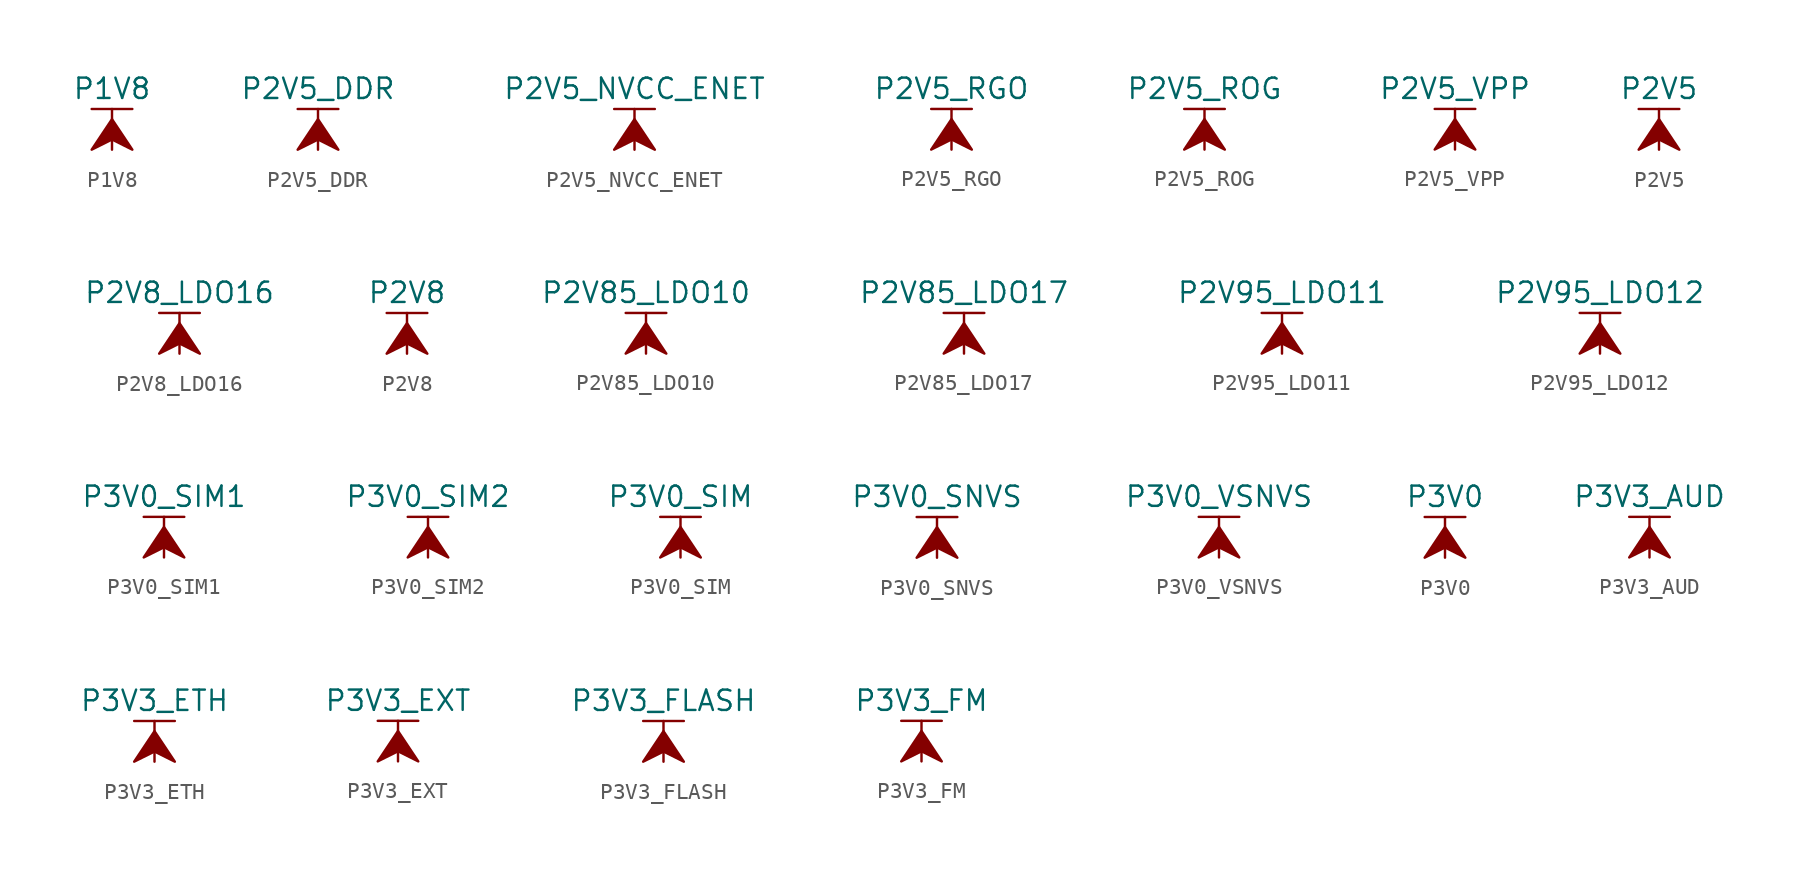
<source format=kicad_sym>
(kicad_symbol_lib
  (version 20211014)
  (generator kicad_symbol_editor)
  (symbol "P1V8"
    (power)
    (pin_names
      (offset 0))
    (property "Reference" "#PWR"
      (at 0 -3.81 0)
      (effects (font (size 1.27 1.27)) hide))
    (property "Value" "P1V8"
      (at 0 3.81 0)
      (effects (font (size 1.27 1.27))))
    (symbol "P1V8_0_1"
      (polyline (pts (xy -1.27 2.54) (xy 1.27 2.54)) (stroke (width 0.152) (type default) (color 0 0 0 0)) (fill (type none)))
      (polyline (pts (xy 0 0) (xy 0 2.54)) (stroke (width 0.152) (type default) (color 0 0 0 0)) (fill (type none)))
      (polyline (pts (xy 0 1.905) (xy -1.27 0) (xy 0 0.635) (xy 1.27 0) (xy 0 1.905)) (stroke (width 0.152) (type default) (color 0 0 0 0)) (fill (type outline))))
    (symbol "P1V8_1_1"
      (pin power_in line (at 0 0 90) (length 0) hide (name "P1V8" (effects (font (size 1.27 1.27)))) (number "1" (effects (font (size 1.27 1.27)))))))
  (symbol "P2V5_DDR"
    (power)
    (pin_names
      (offset 0))
    (property "Reference" "#PWR"
      (at 0 -3.81 0)
      (effects (font (size 1.27 1.27)) hide))
    (property "Value" "P2V5_DDR"
      (at 0 3.81 0)
      (effects (font (size 1.27 1.27))))
    (symbol "P2V5_DDR_0_1"
      (polyline (pts (xy -1.27 2.54) (xy 1.27 2.54)) (stroke (width 0.152) (type default) (color 0 0 0 0)) (fill (type none)))
      (polyline (pts (xy 0 0) (xy 0 2.54)) (stroke (width 0.152) (type default) (color 0 0 0 0)) (fill (type none)))
      (polyline (pts (xy 0 1.905) (xy -1.27 0) (xy 0 0.635) (xy 1.27 0) (xy 0 1.905)) (stroke (width 0.152) (type default) (color 0 0 0 0)) (fill (type outline))))
    (symbol "P2V5_DDR_1_1"
      (pin power_in line (at 0 0 90) (length 0) hide (name "P2V5_DDR" (effects (font (size 1.27 1.27)))) (number "1" (effects (font (size 1.27 1.27)))))))
  (symbol "P2V5_NVCC_ENET"
    (power)
    (pin_names
      (offset 0))
    (property "Reference" "#PWR"
      (at 0 -3.81 0)
      (effects (font (size 1.27 1.27)) hide))
    (property "Value" "P2V5_NVCC_ENET"
      (at 0 3.81 0)
      (effects (font (size 1.27 1.27))))
    (symbol "P2V5_NVCC_ENET_0_1"
      (polyline (pts (xy -1.27 2.54) (xy 1.27 2.54)) (stroke (width 0.152) (type default) (color 0 0 0 0)) (fill (type none)))
      (polyline (pts (xy 0 0) (xy 0 2.54)) (stroke (width 0.152) (type default) (color 0 0 0 0)) (fill (type none)))
      (polyline (pts (xy 0 1.905) (xy -1.27 0) (xy 0 0.635) (xy 1.27 0) (xy 0 1.905)) (stroke (width 0.152) (type default) (color 0 0 0 0)) (fill (type outline))))
    (symbol "P2V5_NVCC_ENET_1_1"
      (pin power_in line (at 0 0 90) (length 0) hide (name "P2V5_NVCC_ENET" (effects (font (size 1.27 1.27)))) (number "1" (effects (font (size 1.27 1.27)))))))
  (symbol "P2V5_RGO"
    (power)
    (pin_names
      (offset 0))
    (property "Reference" "#PWR"
      (at 0 -3.81 0)
      (effects (font (size 1.27 1.27)) hide))
    (property "Value" "P2V5_RGO"
      (at 0 3.81 0)
      (effects (font (size 1.27 1.27))))
    (symbol "P2V5_RGO_0_1"
      (polyline (pts (xy -1.27 2.54) (xy 1.27 2.54)) (stroke (width 0.152) (type default) (color 0 0 0 0)) (fill (type none)))
      (polyline (pts (xy 0 0) (xy 0 2.54)) (stroke (width 0.152) (type default) (color 0 0 0 0)) (fill (type none)))
      (polyline (pts (xy 0 1.905) (xy -1.27 0) (xy 0 0.635) (xy 1.27 0) (xy 0 1.905)) (stroke (width 0.152) (type default) (color 0 0 0 0)) (fill (type outline))))
    (symbol "P2V5_RGO_1_1"
      (pin power_in line (at 0 0 90) (length 0) hide (name "P2V5_RGO" (effects (font (size 1.27 1.27)))) (number "1" (effects (font (size 1.27 1.27)))))))
  (symbol "P2V5_ROG"
    (power)
    (pin_names
      (offset 0))
    (property "Reference" "#PWR"
      (at 0 -3.81 0)
      (effects (font (size 1.27 1.27)) hide))
    (property "Value" "P2V5_ROG"
      (at 0 3.81 0)
      (effects (font (size 1.27 1.27))))
    (symbol "P2V5_ROG_0_1"
      (polyline (pts (xy -1.27 2.54) (xy 1.27 2.54)) (stroke (width 0.152) (type default) (color 0 0 0 0)) (fill (type none)))
      (polyline (pts (xy 0 0) (xy 0 2.54)) (stroke (width 0.152) (type default) (color 0 0 0 0)) (fill (type none)))
      (polyline (pts (xy 0 1.905) (xy -1.27 0) (xy 0 0.635) (xy 1.27 0) (xy 0 1.905)) (stroke (width 0.152) (type default) (color 0 0 0 0)) (fill (type outline))))
    (symbol "P2V5_ROG_1_1"
      (pin power_in line (at 0 0 90) (length 0) hide (name "P2V5_ROG" (effects (font (size 1.27 1.27)))) (number "1" (effects (font (size 1.27 1.27)))))))
  (symbol "P2V5_VPP"
    (power)
    (pin_names
      (offset 0))
    (property "Reference" "#PWR"
      (at 0 -3.81 0)
      (effects (font (size 1.27 1.27)) hide))
    (property "Value" "P2V5_VPP"
      (at 0 3.81 0)
      (effects (font (size 1.27 1.27))))
    (symbol "P2V5_VPP_0_1"
      (polyline (pts (xy -1.27 2.54) (xy 1.27 2.54)) (stroke (width 0.152) (type default) (color 0 0 0 0)) (fill (type none)))
      (polyline (pts (xy 0 0) (xy 0 2.54)) (stroke (width 0.152) (type default) (color 0 0 0 0)) (fill (type none)))
      (polyline (pts (xy 0 1.905) (xy -1.27 0) (xy 0 0.635) (xy 1.27 0) (xy 0 1.905)) (stroke (width 0.152) (type default) (color 0 0 0 0)) (fill (type outline))))
    (symbol "P2V5_VPP_1_1"
      (pin power_in line (at 0 0 90) (length 0) hide (name "P2V5_VPP" (effects (font (size 1.27 1.27)))) (number "1" (effects (font (size 1.27 1.27)))))))
  (symbol "P2V5"
    (power)
    (pin_names
      (offset 0))
    (property "Reference" "#PWR"
      (at 0 -3.81 0)
      (effects (font (size 1.27 1.27)) hide))
    (property "Value" "P2V5"
      (at 0 3.81 0)
      (effects (font (size 1.27 1.27))))
    (symbol "P2V5_0_1"
      (polyline (pts (xy -1.27 2.54) (xy 1.27 2.54)) (stroke (width 0.152) (type default) (color 0 0 0 0)) (fill (type none)))
      (polyline (pts (xy 0 0) (xy 0 2.54)) (stroke (width 0.152) (type default) (color 0 0 0 0)) (fill (type none)))
      (polyline (pts (xy 0 1.905) (xy -1.27 0) (xy 0 0.635) (xy 1.27 0) (xy 0 1.905)) (stroke (width 0.152) (type default) (color 0 0 0 0)) (fill (type outline))))
    (symbol "P2V5_1_1"
      (pin power_in line (at 0 0 90) (length 0) hide (name "P2V5" (effects (font (size 1.27 1.27)))) (number "1" (effects (font (size 1.27 1.27)))))))
  (symbol "P2V8_LDO16"
    (power)
    (pin_names
      (offset 0))
    (property "Reference" "#PWR"
      (at 0 -3.81 0)
      (effects (font (size 1.27 1.27)) hide))
    (property "Value" "P2V8_LDO16"
      (at 0 3.81 0)
      (effects (font (size 1.27 1.27))))
    (symbol "P2V8_LDO16_0_1"
      (polyline (pts (xy -1.27 2.54) (xy 1.27 2.54)) (stroke (width 0.152) (type default) (color 0 0 0 0)) (fill (type none)))
      (polyline (pts (xy 0 0) (xy 0 2.54)) (stroke (width 0.152) (type default) (color 0 0 0 0)) (fill (type none)))
      (polyline (pts (xy 0 1.905) (xy -1.27 0) (xy 0 0.635) (xy 1.27 0) (xy 0 1.905)) (stroke (width 0.152) (type default) (color 0 0 0 0)) (fill (type outline))))
    (symbol "P2V8_LDO16_1_1"
      (pin power_in line (at 0 0 90) (length 0) hide (name "P2V8_LDO16" (effects (font (size 1.27 1.27)))) (number "1" (effects (font (size 1.27 1.27)))))))
  (symbol "P2V8"
    (power)
    (pin_names
      (offset 0))
    (property "Reference" "#PWR"
      (at 0 -3.81 0)
      (effects (font (size 1.27 1.27)) hide))
    (property "Value" "P2V8"
      (at 0 3.81 0)
      (effects (font (size 1.27 1.27))))
    (symbol "P2V8_0_1"
      (polyline (pts (xy -1.27 2.54) (xy 1.27 2.54)) (stroke (width 0.152) (type default) (color 0 0 0 0)) (fill (type none)))
      (polyline (pts (xy 0 0) (xy 0 2.54)) (stroke (width 0.152) (type default) (color 0 0 0 0)) (fill (type none)))
      (polyline (pts (xy 0 1.905) (xy -1.27 0) (xy 0 0.635) (xy 1.27 0) (xy 0 1.905)) (stroke (width 0.152) (type default) (color 0 0 0 0)) (fill (type outline))))
    (symbol "P2V8_1_1"
      (pin power_in line (at 0 0 90) (length 0) hide (name "P2V8" (effects (font (size 1.27 1.27)))) (number "1" (effects (font (size 1.27 1.27)))))))
  (symbol "P2V85_LDO10"
    (power)
    (pin_names
      (offset 0))
    (property "Reference" "#PWR"
      (at 0 -3.81 0)
      (effects (font (size 1.27 1.27)) hide))
    (property "Value" "P2V85_LDO10"
      (at 0 3.81 0)
      (effects (font (size 1.27 1.27))))
    (symbol "P2V85_LDO10_0_1"
      (polyline (pts (xy -1.27 2.54) (xy 1.27 2.54)) (stroke (width 0.152) (type default) (color 0 0 0 0)) (fill (type none)))
      (polyline (pts (xy 0 0) (xy 0 2.54)) (stroke (width 0.152) (type default) (color 0 0 0 0)) (fill (type none)))
      (polyline (pts (xy 0 1.905) (xy -1.27 0) (xy 0 0.635) (xy 1.27 0) (xy 0 1.905)) (stroke (width 0.152) (type default) (color 0 0 0 0)) (fill (type outline))))
    (symbol "P2V85_LDO10_1_1"
      (pin power_in line (at 0 0 90) (length 0) hide (name "P2V85_LDO10" (effects (font (size 1.27 1.27)))) (number "1" (effects (font (size 1.27 1.27)))))))
  (symbol "P2V85_LDO17"
    (power)
    (pin_names
      (offset 0))
    (property "Reference" "#PWR"
      (at 0 -3.81 0)
      (effects (font (size 1.27 1.27)) hide))
    (property "Value" "P2V85_LDO17"
      (at 0 3.81 0)
      (effects (font (size 1.27 1.27))))
    (symbol "P2V85_LDO17_0_1"
      (polyline (pts (xy -1.27 2.54) (xy 1.27 2.54)) (stroke (width 0.152) (type default) (color 0 0 0 0)) (fill (type none)))
      (polyline (pts (xy 0 0) (xy 0 2.54)) (stroke (width 0.152) (type default) (color 0 0 0 0)) (fill (type none)))
      (polyline (pts (xy 0 1.905) (xy -1.27 0) (xy 0 0.635) (xy 1.27 0) (xy 0 1.905)) (stroke (width 0.152) (type default) (color 0 0 0 0)) (fill (type outline))))
    (symbol "P2V85_LDO17_1_1"
      (pin power_in line (at 0 0 90) (length 0) hide (name "P2V85_LDO17" (effects (font (size 1.27 1.27)))) (number "1" (effects (font (size 1.27 1.27)))))))
  (symbol "P2V95_LDO11"
    (power)
    (pin_names
      (offset 0))
    (property "Reference" "#PWR"
      (at 0 -3.81 0)
      (effects (font (size 1.27 1.27)) hide))
    (property "Value" "P2V95_LDO11"
      (at 0 3.81 0)
      (effects (font (size 1.27 1.27))))
    (symbol "P2V95_LDO11_0_1"
      (polyline (pts (xy -1.27 2.54) (xy 1.27 2.54)) (stroke (width 0.152) (type default) (color 0 0 0 0)) (fill (type none)))
      (polyline (pts (xy 0 0) (xy 0 2.54)) (stroke (width 0.152) (type default) (color 0 0 0 0)) (fill (type none)))
      (polyline (pts (xy 0 1.905) (xy -1.27 0) (xy 0 0.635) (xy 1.27 0) (xy 0 1.905)) (stroke (width 0.152) (type default) (color 0 0 0 0)) (fill (type outline))))
    (symbol "P2V95_LDO11_1_1"
      (pin power_in line (at 0 0 90) (length 0) hide (name "P2V95_LDO11" (effects (font (size 1.27 1.27)))) (number "1" (effects (font (size 1.27 1.27)))))))
  (symbol "P2V95_LDO12"
    (power)
    (pin_names
      (offset 0))
    (property "Reference" "#PWR"
      (at 0 -3.81 0)
      (effects (font (size 1.27 1.27)) hide))
    (property "Value" "P2V95_LDO12"
      (at 0 3.81 0)
      (effects (font (size 1.27 1.27))))
    (symbol "P2V95_LDO12_0_1"
      (polyline (pts (xy -1.27 2.54) (xy 1.27 2.54)) (stroke (width 0.152) (type default) (color 0 0 0 0)) (fill (type none)))
      (polyline (pts (xy 0 0) (xy 0 2.54)) (stroke (width 0.152) (type default) (color 0 0 0 0)) (fill (type none)))
      (polyline (pts (xy 0 1.905) (xy -1.27 0) (xy 0 0.635) (xy 1.27 0) (xy 0 1.905)) (stroke (width 0.152) (type default) (color 0 0 0 0)) (fill (type outline))))
    (symbol "P2V95_LDO12_1_1"
      (pin power_in line (at 0 0 90) (length 0) hide (name "P2V95_LDO12" (effects (font (size 1.27 1.27)))) (number "1" (effects (font (size 1.27 1.27)))))))
  (symbol "P3V0_SIM1"
    (power)
    (pin_names
      (offset 0))
    (property "Reference" "#PWR"
      (at 0 -3.81 0)
      (effects (font (size 1.27 1.27)) hide))
    (property "Value" "P3V0_SIM1"
      (at 0 3.81 0)
      (effects (font (size 1.27 1.27))))
    (symbol "P3V0_SIM1_0_1"
      (polyline (pts (xy -1.27 2.54) (xy 1.27 2.54)) (stroke (width 0.152) (type default) (color 0 0 0 0)) (fill (type none)))
      (polyline (pts (xy 0 0) (xy 0 2.54)) (stroke (width 0.152) (type default) (color 0 0 0 0)) (fill (type none)))
      (polyline (pts (xy 0 1.905) (xy -1.27 0) (xy 0 0.635) (xy 1.27 0) (xy 0 1.905)) (stroke (width 0.152) (type default) (color 0 0 0 0)) (fill (type outline))))
    (symbol "P3V0_SIM1_1_1"
      (pin power_in line (at 0 0 90) (length 0) hide (name "P3V0_SIM1" (effects (font (size 1.27 1.27)))) (number "1" (effects (font (size 1.27 1.27)))))))
  (symbol "P3V0_SIM2"
    (power)
    (pin_names
      (offset 0))
    (property "Reference" "#PWR"
      (at 0 -3.81 0)
      (effects (font (size 1.27 1.27)) hide))
    (property "Value" "P3V0_SIM2"
      (at 0 3.81 0)
      (effects (font (size 1.27 1.27))))
    (symbol "P3V0_SIM2_0_1"
      (polyline (pts (xy -1.27 2.54) (xy 1.27 2.54)) (stroke (width 0.152) (type default) (color 0 0 0 0)) (fill (type none)))
      (polyline (pts (xy 0 0) (xy 0 2.54)) (stroke (width 0.152) (type default) (color 0 0 0 0)) (fill (type none)))
      (polyline (pts (xy 0 1.905) (xy -1.27 0) (xy 0 0.635) (xy 1.27 0) (xy 0 1.905)) (stroke (width 0.152) (type default) (color 0 0 0 0)) (fill (type outline))))
    (symbol "P3V0_SIM2_1_1"
      (pin power_in line (at 0 0 90) (length 0) hide (name "P3V0_SIM2" (effects (font (size 1.27 1.27)))) (number "1" (effects (font (size 1.27 1.27)))))))
  (symbol "P3V0_SIM"
    (power)
    (pin_names
      (offset 0))
    (property "Reference" "#PWR"
      (at 0 -3.81 0)
      (effects (font (size 1.27 1.27)) hide))
    (property "Value" "P3V0_SIM"
      (at 0 3.81 0)
      (effects (font (size 1.27 1.27))))
    (symbol "P3V0_SIM_0_1"
      (polyline (pts (xy -1.27 2.54) (xy 1.27 2.54)) (stroke (width 0.152) (type default) (color 0 0 0 0)) (fill (type none)))
      (polyline (pts (xy 0 0) (xy 0 2.54)) (stroke (width 0.152) (type default) (color 0 0 0 0)) (fill (type none)))
      (polyline (pts (xy 0 1.905) (xy -1.27 0) (xy 0 0.635) (xy 1.27 0) (xy 0 1.905)) (stroke (width 0.152) (type default) (color 0 0 0 0)) (fill (type outline))))
    (symbol "P3V0_SIM_1_1"
      (pin power_in line (at 0 0 90) (length 0) hide (name "P3V0_SIM" (effects (font (size 1.27 1.27)))) (number "1" (effects (font (size 1.27 1.27)))))))
  (symbol "P3V0_SNVS"
    (power)
    (pin_names
      (offset 0))
    (property "Reference" "#PWR"
      (at 0 -3.81 0)
      (effects (font (size 1.27 1.27)) hide))
    (property "Value" "P3V0_SNVS"
      (at 0 3.81 0)
      (effects (font (size 1.27 1.27))))
    (symbol "P3V0_SNVS_0_1"
      (polyline (pts (xy -1.27 2.54) (xy 1.27 2.54)) (stroke (width 0.152) (type default) (color 0 0 0 0)) (fill (type none)))
      (polyline (pts (xy 0 0) (xy 0 2.54)) (stroke (width 0.152) (type default) (color 0 0 0 0)) (fill (type none)))
      (polyline (pts (xy 0 1.905) (xy -1.27 0) (xy 0 0.635) (xy 1.27 0) (xy 0 1.905)) (stroke (width 0.152) (type default) (color 0 0 0 0)) (fill (type outline))))
    (symbol "P3V0_SNVS_1_1"
      (pin power_in line (at 0 0 90) (length 0) hide (name "P3V0_SNVS" (effects (font (size 1.27 1.27)))) (number "1" (effects (font (size 1.27 1.27)))))))
  (symbol "P3V0_VSNVS"
    (power)
    (pin_names
      (offset 0))
    (property "Reference" "#PWR"
      (at 0 -3.81 0)
      (effects (font (size 1.27 1.27)) hide))
    (property "Value" "P3V0_VSNVS"
      (at 0 3.81 0)
      (effects (font (size 1.27 1.27))))
    (symbol "P3V0_VSNVS_0_1"
      (polyline (pts (xy -1.27 2.54) (xy 1.27 2.54)) (stroke (width 0.152) (type default) (color 0 0 0 0)) (fill (type none)))
      (polyline (pts (xy 0 0) (xy 0 2.54)) (stroke (width 0.152) (type default) (color 0 0 0 0)) (fill (type none)))
      (polyline (pts (xy 0 1.905) (xy -1.27 0) (xy 0 0.635) (xy 1.27 0) (xy 0 1.905)) (stroke (width 0.152) (type default) (color 0 0 0 0)) (fill (type outline))))
    (symbol "P3V0_VSNVS_1_1"
      (pin power_in line (at 0 0 90) (length 0) hide (name "P3V0_VSNVS" (effects (font (size 1.27 1.27)))) (number "1" (effects (font (size 1.27 1.27)))))))
  (symbol "P3V0"
    (power)
    (pin_names
      (offset 0))
    (property "Reference" "#PWR"
      (at 0 -3.81 0)
      (effects (font (size 1.27 1.27)) hide))
    (property "Value" "P3V0"
      (at 0 3.81 0)
      (effects (font (size 1.27 1.27))))
    (symbol "P3V0_0_1"
      (polyline (pts (xy -1.27 2.54) (xy 1.27 2.54)) (stroke (width 0.152) (type default) (color 0 0 0 0)) (fill (type none)))
      (polyline (pts (xy 0 0) (xy 0 2.54)) (stroke (width 0.152) (type default) (color 0 0 0 0)) (fill (type none)))
      (polyline (pts (xy 0 1.905) (xy -1.27 0) (xy 0 0.635) (xy 1.27 0) (xy 0 1.905)) (stroke (width 0.152) (type default) (color 0 0 0 0)) (fill (type outline))))
    (symbol "P3V0_1_1"
      (pin power_in line (at 0 0 90) (length 0) hide (name "P3V0" (effects (font (size 1.27 1.27)))) (number "1" (effects (font (size 1.27 1.27)))))))
  (symbol "P3V3_AUD"
    (power)
    (pin_names
      (offset 0))
    (property "Reference" "#PWR"
      (at 0 -3.81 0)
      (effects (font (size 1.27 1.27)) hide))
    (property "Value" "P3V3_AUD"
      (at 0 3.81 0)
      (effects (font (size 1.27 1.27))))
    (symbol "P3V3_AUD_0_1"
      (polyline (pts (xy -1.27 2.54) (xy 1.27 2.54)) (stroke (width 0.152) (type default) (color 0 0 0 0)) (fill (type none)))
      (polyline (pts (xy 0 0) (xy 0 2.54)) (stroke (width 0.152) (type default) (color 0 0 0 0)) (fill (type none)))
      (polyline (pts (xy 0 1.905) (xy -1.27 0) (xy 0 0.635) (xy 1.27 0) (xy 0 1.905)) (stroke (width 0.152) (type default) (color 0 0 0 0)) (fill (type outline))))
    (symbol "P3V3_AUD_1_1"
      (pin power_in line (at 0 0 90) (length 0) hide (name "P3V3_AUD" (effects (font (size 1.27 1.27)))) (number "1" (effects (font (size 1.27 1.27)))))))
  (symbol "P3V3_ETH"
    (power)
    (pin_names
      (offset 0))
    (property "Reference" "#PWR"
      (at 0 -3.81 0)
      (effects (font (size 1.27 1.27)) hide))
    (property "Value" "P3V3_ETH"
      (at 0 3.81 0)
      (effects (font (size 1.27 1.27))))
    (symbol "P3V3_ETH_0_1"
      (polyline (pts (xy -1.27 2.54) (xy 1.27 2.54)) (stroke (width 0.152) (type default) (color 0 0 0 0)) (fill (type none)))
      (polyline (pts (xy 0 0) (xy 0 2.54)) (stroke (width 0.152) (type default) (color 0 0 0 0)) (fill (type none)))
      (polyline (pts (xy 0 1.905) (xy -1.27 0) (xy 0 0.635) (xy 1.27 0) (xy 0 1.905)) (stroke (width 0.152) (type default) (color 0 0 0 0)) (fill (type outline))))
    (symbol "P3V3_ETH_1_1"
      (pin power_in line (at 0 0 90) (length 0) hide (name "P3V3_ETH" (effects (font (size 1.27 1.27)))) (number "1" (effects (font (size 1.27 1.27)))))))
  (symbol "P3V3_EXT"
    (power)
    (pin_names
      (offset 0))
    (property "Reference" "#PWR"
      (at 0 -3.81 0)
      (effects (font (size 1.27 1.27)) hide))
    (property "Value" "P3V3_EXT"
      (at 0 3.81 0)
      (effects (font (size 1.27 1.27))))
    (symbol "P3V3_EXT_0_1"
      (polyline (pts (xy -1.27 2.54) (xy 1.27 2.54)) (stroke (width 0.152) (type default) (color 0 0 0 0)) (fill (type none)))
      (polyline (pts (xy 0 0) (xy 0 2.54)) (stroke (width 0.152) (type default) (color 0 0 0 0)) (fill (type none)))
      (polyline (pts (xy 0 1.905) (xy -1.27 0) (xy 0 0.635) (xy 1.27 0) (xy 0 1.905)) (stroke (width 0.152) (type default) (color 0 0 0 0)) (fill (type outline))))
    (symbol "P3V3_EXT_1_1"
      (pin power_in line (at 0 0 90) (length 0) hide (name "P3V3_EXT" (effects (font (size 1.27 1.27)))) (number "1" (effects (font (size 1.27 1.27)))))))
  (symbol "P3V3_FLASH"
    (power)
    (pin_names
      (offset 0))
    (property "Reference" "#PWR"
      (at 0 -3.81 0)
      (effects (font (size 1.27 1.27)) hide))
    (property "Value" "P3V3_FLASH"
      (at 0 3.81 0)
      (effects (font (size 1.27 1.27))))
    (symbol "P3V3_FLASH_0_1"
      (polyline (pts (xy -1.27 2.54) (xy 1.27 2.54)) (stroke (width 0.152) (type default) (color 0 0 0 0)) (fill (type none)))
      (polyline (pts (xy 0 0) (xy 0 2.54)) (stroke (width 0.152) (type default) (color 0 0 0 0)) (fill (type none)))
      (polyline (pts (xy 0 1.905) (xy -1.27 0) (xy 0 0.635) (xy 1.27 0) (xy 0 1.905)) (stroke (width 0.152) (type default) (color 0 0 0 0)) (fill (type outline))))
    (symbol "P3V3_FLASH_1_1"
      (pin power_in line (at 0 0 90) (length 0) hide (name "P3V3_FLASH" (effects (font (size 1.27 1.27)))) (number "1" (effects (font (size 1.27 1.27)))))))
  (symbol "P3V3_FM"
    (power)
    (pin_names
      (offset 0))
    (property "Reference" "#PWR"
      (at 0 -3.81 0)
      (effects (font (size 1.27 1.27)) hide))
    (property "Value" "P3V3_FM"
      (at 0 3.81 0)
      (effects (font (size 1.27 1.27))))
    (symbol "P3V3_FM_0_1"
      (polyline (pts (xy -1.27 2.54) (xy 1.27 2.54)) (stroke (width 0.152) (type default) (color 0 0 0 0)) (fill (type none)))
      (polyline (pts (xy 0 0) (xy 0 2.54)) (stroke (width 0.152) (type default) (color 0 0 0 0)) (fill (type none)))
      (polyline (pts (xy 0 1.905) (xy -1.27 0) (xy 0 0.635) (xy 1.27 0) (xy 0 1.905)) (stroke (width 0.152) (type default) (color 0 0 0 0)) (fill (type outline))))
    (symbol "P3V3_FM_1_1"
      (pin power_in line (at 0 0 90) (length 0) hide (name "P3V3_FM" (effects (font (size 1.27 1.27)))) (number "1" (effects (font (size 1.27 1.27))))))))
</source>
